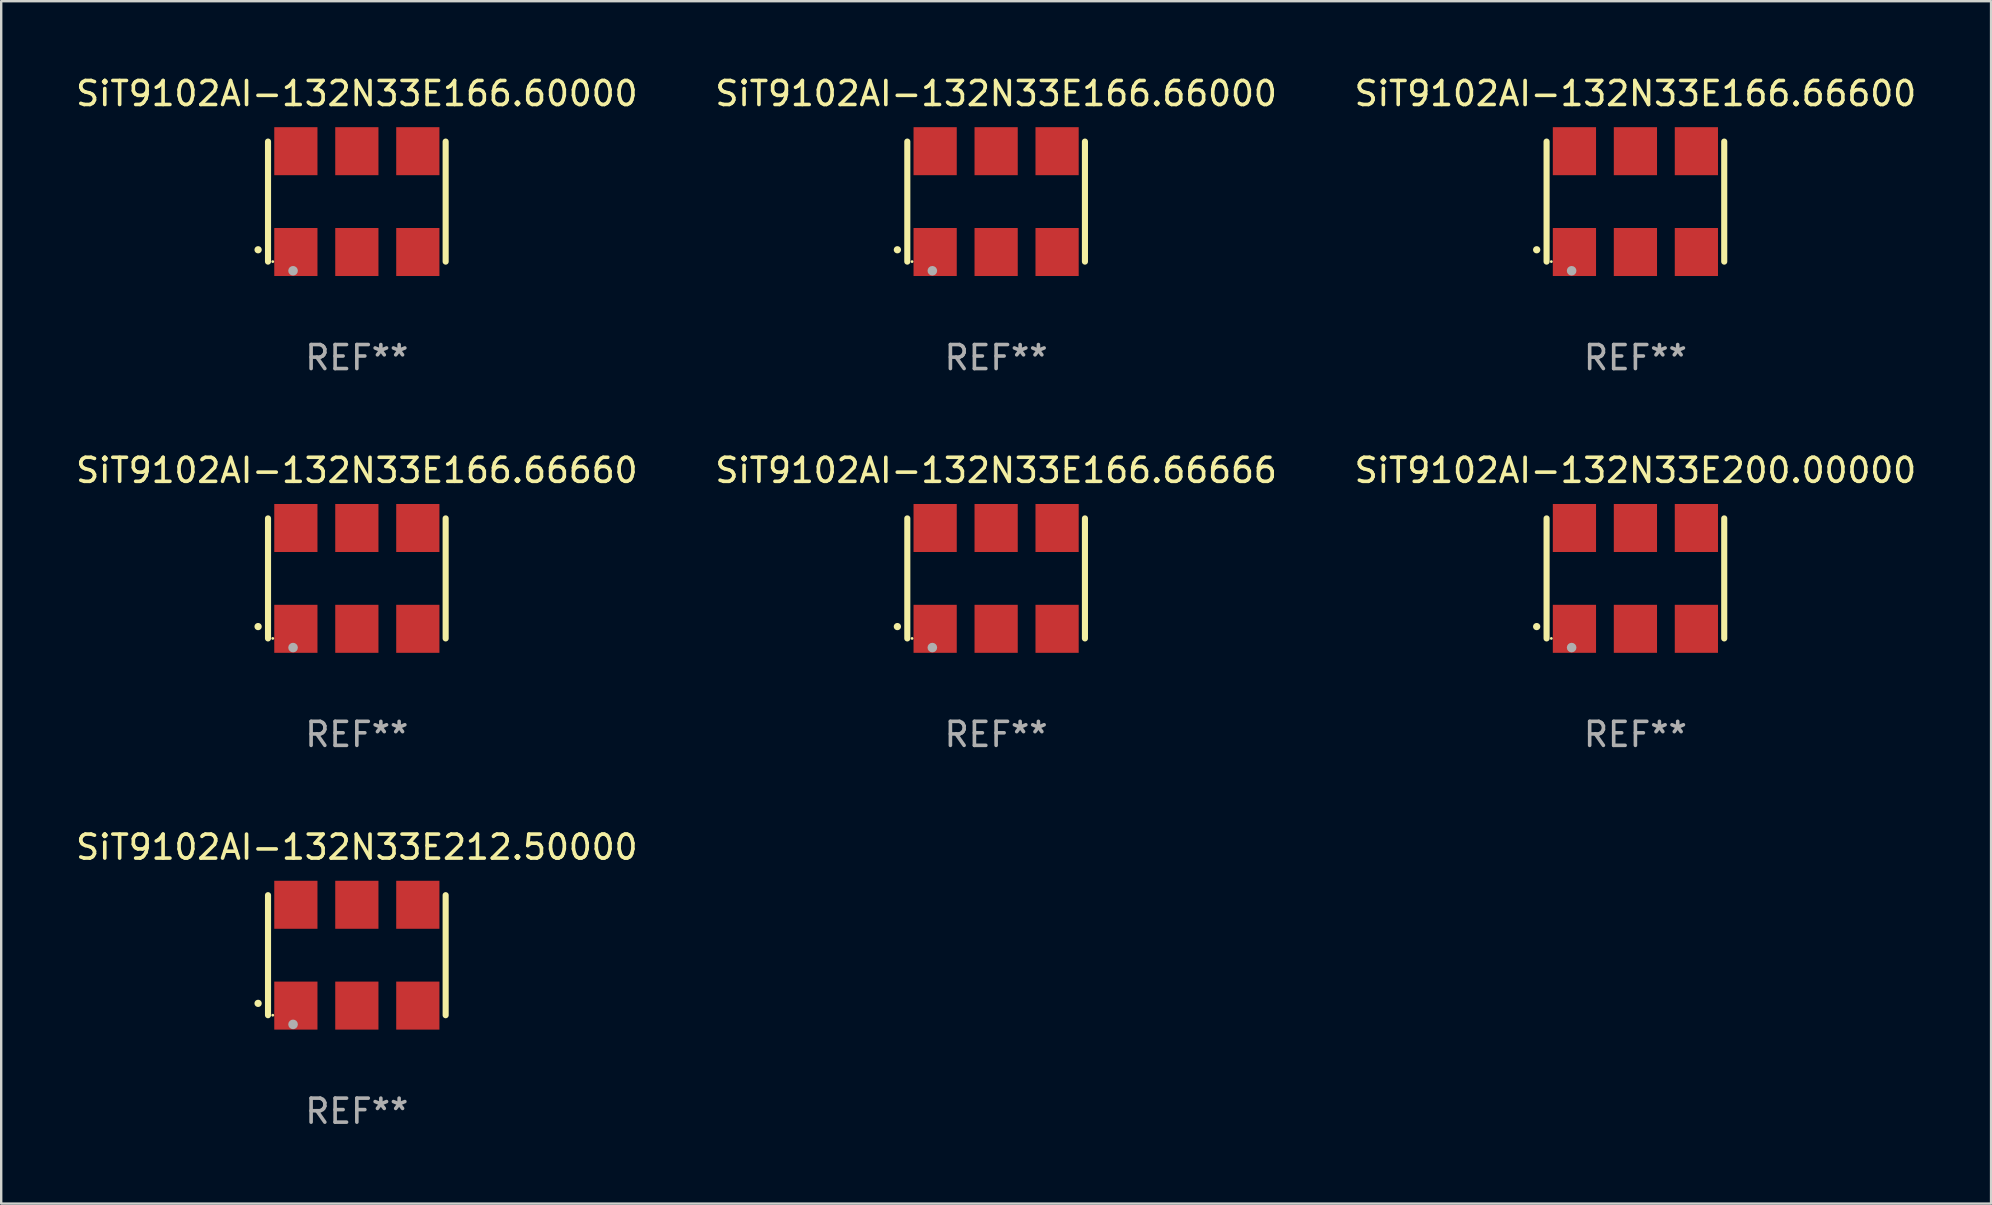
<source format=kicad_pcb>
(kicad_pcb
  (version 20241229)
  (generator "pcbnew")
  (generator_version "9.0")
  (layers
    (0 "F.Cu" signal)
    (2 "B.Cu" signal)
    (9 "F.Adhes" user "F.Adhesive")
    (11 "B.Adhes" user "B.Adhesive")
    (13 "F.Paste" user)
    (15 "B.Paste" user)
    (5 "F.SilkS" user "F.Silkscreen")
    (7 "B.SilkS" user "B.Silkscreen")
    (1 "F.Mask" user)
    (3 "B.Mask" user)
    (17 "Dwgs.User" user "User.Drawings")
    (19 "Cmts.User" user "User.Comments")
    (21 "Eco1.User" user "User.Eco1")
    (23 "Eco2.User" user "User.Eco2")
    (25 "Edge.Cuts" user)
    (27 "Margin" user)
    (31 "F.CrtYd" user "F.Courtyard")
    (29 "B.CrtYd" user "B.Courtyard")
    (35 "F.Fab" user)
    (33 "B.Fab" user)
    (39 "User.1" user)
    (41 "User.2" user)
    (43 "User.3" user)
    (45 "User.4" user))
  (footprint "SiT9102AI-132N33E200.00000"
    (layer "F.Cu")
    (at 65.077 21.045)
    (property "Reference" "SiT9102AI-132N33E200.00000" (at 0 -4.5 0) (layer "F.SilkS") (effects (font (size 1 1) (thickness 0.15))))
    (attr through_hole)
    (fp_line (start -3.7 -2.5) (end -3.7 2.5) (stroke (width 0.254) (type solid)) (layer "F.SilkS"))
    (fp_line (start 3.7 -2.5) (end 3.7 2.5) (stroke (width 0.254) (type solid)) (layer "F.SilkS"))
    (fp_arc (start -4.114415 2.006604) (mid -4.113145 2.006599) (end -4.111875 2.006604) (stroke (width 0.3) (type solid)) (layer "F.SilkS"))
    (fp_circle (center -3.502 2.5) (end -3.472 2.5) (stroke (width 0.06) (type solid)) (fill no) (layer "F.SilkS"))
    (fp_circle (center -2.657 2.882) (end -2.557 2.882) (stroke (width 0.2) (type solid)) (fill no) (layer "F.Fab"))
    (fp_text user "REF**" (at 0 6.5 0) (layer "F.Fab") (effects (font (size 1 1) (thickness 0.15))))
    (pad "1" smd rect (at -2.54 2.1) (size 1.8 2) (layers "F.Cu" "F.Mask" "F.Paste"))
    (pad "2" smd rect (at 0.000394 2.1) (size 1.8 2) (layers "F.Cu" "F.Mask" "F.Paste"))
    (pad "3" smd rect (at 2.54 2.1) (size 1.8 2) (layers "F.Cu" "F.Mask" "F.Paste"))
    (pad "4" smd rect (at 2.54 -2.1) (size 1.8 2) (layers "F.Cu" "F.Mask" "F.Paste"))
    (pad "5" smd rect (at 0.000394 -2.1) (size 1.8 2) (layers "F.Cu" "F.Mask" "F.Paste"))
    (pad "6" smd rect (at -2.54 -2.1) (size 1.8 2) (layers "F.Cu" "F.Mask" "F.Paste")))
  (footprint "SiT9102AI-132N33E166.66600"
    (layer "F.Cu")
    (at 65.077 5.348)
    (property "Reference" "SiT9102AI-132N33E166.66600" (at 0 -4.5 0) (layer "F.SilkS") (effects (font (size 1 1) (thickness 0.15))))
    (attr through_hole)
    (fp_line (start -3.7 -2.5) (end -3.7 2.5) (stroke (width 0.254) (type solid)) (layer "F.SilkS"))
    (fp_line (start 3.7 -2.5) (end 3.7 2.5) (stroke (width 0.254) (type solid)) (layer "F.SilkS"))
    (fp_arc (start -4.114415 2.006604) (mid -4.113145 2.006599) (end -4.111875 2.006604) (stroke (width 0.3) (type solid)) (layer "F.SilkS"))
    (fp_circle (center -3.502 2.5) (end -3.472 2.5) (stroke (width 0.06) (type solid)) (fill no) (layer "F.SilkS"))
    (fp_circle (center -2.657 2.882) (end -2.557 2.882) (stroke (width 0.2) (type solid)) (fill no) (layer "F.Fab"))
    (fp_text user "REF**" (at 0 6.5 0) (layer "F.Fab") (effects (font (size 1 1) (thickness 0.15))))
    (pad "1" smd rect (at -2.54 2.1) (size 1.8 2) (layers "F.Cu" "F.Mask" "F.Paste"))
    (pad "2" smd rect (at 0.000394 2.1) (size 1.8 2) (layers "F.Cu" "F.Mask" "F.Paste"))
    (pad "3" smd rect (at 2.54 2.1) (size 1.8 2) (layers "F.Cu" "F.Mask" "F.Paste"))
    (pad "4" smd rect (at 2.54 -2.1) (size 1.8 2) (layers "F.Cu" "F.Mask" "F.Paste"))
    (pad "5" smd rect (at 0.000394 -2.1) (size 1.8 2) (layers "F.Cu" "F.Mask" "F.Paste"))
    (pad "6" smd rect (at -2.54 -2.1) (size 1.8 2) (layers "F.Cu" "F.Mask" "F.Paste")))
  (footprint "SiT9102AI-132N33E166.66000"
    (layer "F.Cu")
    (at 38.446 5.348)
    (property "Reference" "SiT9102AI-132N33E166.66000" (at 0 -4.5 0) (layer "F.SilkS") (effects (font (size 1 1) (thickness 0.15))))
    (attr through_hole)
    (fp_line (start -3.7 -2.5) (end -3.7 2.5) (stroke (width 0.254) (type solid)) (layer "F.SilkS"))
    (fp_line (start 3.7 -2.5) (end 3.7 2.5) (stroke (width 0.254) (type solid)) (layer "F.SilkS"))
    (fp_arc (start -4.114415 2.006604) (mid -4.113145 2.006599) (end -4.111875 2.006604) (stroke (width 0.3) (type solid)) (layer "F.SilkS"))
    (fp_circle (center -3.502 2.5) (end -3.472 2.5) (stroke (width 0.06) (type solid)) (fill no) (layer "F.SilkS"))
    (fp_circle (center -2.657 2.882) (end -2.557 2.882) (stroke (width 0.2) (type solid)) (fill no) (layer "F.Fab"))
    (fp_text user "REF**" (at 0 6.5 0) (layer "F.Fab") (effects (font (size 1 1) (thickness 0.15))))
    (pad "1" smd rect (at -2.54 2.1) (size 1.8 2) (layers "F.Cu" "F.Mask" "F.Paste"))
    (pad "2" smd rect (at 0.000394 2.1) (size 1.8 2) (layers "F.Cu" "F.Mask" "F.Paste"))
    (pad "3" smd rect (at 2.54 2.1) (size 1.8 2) (layers "F.Cu" "F.Mask" "F.Paste"))
    (pad "4" smd rect (at 2.54 -2.1) (size 1.8 2) (layers "F.Cu" "F.Mask" "F.Paste"))
    (pad "5" smd rect (at 0.000394 -2.1) (size 1.8 2) (layers "F.Cu" "F.Mask" "F.Paste"))
    (pad "6" smd rect (at -2.54 -2.1) (size 1.8 2) (layers "F.Cu" "F.Mask" "F.Paste")))
  (footprint "SiT9102AI-132N33E166.66666"
    (layer "F.Cu")
    (at 38.446 21.045)
    (property "Reference" "SiT9102AI-132N33E166.66666" (at 0 -4.5 0) (layer "F.SilkS") (effects (font (size 1 1) (thickness 0.15))))
    (attr through_hole)
    (fp_line (start -3.7 -2.5) (end -3.7 2.5) (stroke (width 0.254) (type solid)) (layer "F.SilkS"))
    (fp_line (start 3.7 -2.5) (end 3.7 2.5) (stroke (width 0.254) (type solid)) (layer "F.SilkS"))
    (fp_arc (start -4.114415 2.006604) (mid -4.113145 2.006599) (end -4.111875 2.006604) (stroke (width 0.3) (type solid)) (layer "F.SilkS"))
    (fp_circle (center -3.502 2.5) (end -3.472 2.5) (stroke (width 0.06) (type solid)) (fill no) (layer "F.SilkS"))
    (fp_circle (center -2.657 2.882) (end -2.557 2.882) (stroke (width 0.2) (type solid)) (fill no) (layer "F.Fab"))
    (fp_text user "REF**" (at 0 6.5 0) (layer "F.Fab") (effects (font (size 1 1) (thickness 0.15))))
    (pad "1" smd rect (at -2.54 2.1) (size 1.8 2) (layers "F.Cu" "F.Mask" "F.Paste"))
    (pad "2" smd rect (at 0.000394 2.1) (size 1.8 2) (layers "F.Cu" "F.Mask" "F.Paste"))
    (pad "3" smd rect (at 2.54 2.1) (size 1.8 2) (layers "F.Cu" "F.Mask" "F.Paste"))
    (pad "4" smd rect (at 2.54 -2.1) (size 1.8 2) (layers "F.Cu" "F.Mask" "F.Paste"))
    (pad "5" smd rect (at 0.000394 -2.1) (size 1.8 2) (layers "F.Cu" "F.Mask" "F.Paste"))
    (pad "6" smd rect (at -2.54 -2.1) (size 1.8 2) (layers "F.Cu" "F.Mask" "F.Paste")))
  (footprint "SiT9102AI-132N33E166.60000"
    (layer "F.Cu")
    (at 11.815 5.348)
    (property "Reference" "SiT9102AI-132N33E166.60000" (at 0 -4.5 0) (layer "F.SilkS") (effects (font (size 1 1) (thickness 0.15))))
    (attr through_hole)
    (fp_line (start -3.7 -2.5) (end -3.7 2.5) (stroke (width 0.254) (type solid)) (layer "F.SilkS"))
    (fp_line (start 3.7 -2.5) (end 3.7 2.5) (stroke (width 0.254) (type solid)) (layer "F.SilkS"))
    (fp_arc (start -4.114415 2.006604) (mid -4.113145 2.006599) (end -4.111875 2.006604) (stroke (width 0.3) (type solid)) (layer "F.SilkS"))
    (fp_circle (center -3.502 2.5) (end -3.472 2.5) (stroke (width 0.06) (type solid)) (fill no) (layer "F.SilkS"))
    (fp_circle (center -2.657 2.882) (end -2.557 2.882) (stroke (width 0.2) (type solid)) (fill no) (layer "F.Fab"))
    (fp_text user "REF**" (at 0 6.5 0) (layer "F.Fab") (effects (font (size 1 1) (thickness 0.15))))
    (pad "1" smd rect (at -2.54 2.1) (size 1.8 2) (layers "F.Cu" "F.Mask" "F.Paste"))
    (pad "2" smd rect (at 0.000394 2.1) (size 1.8 2) (layers "F.Cu" "F.Mask" "F.Paste"))
    (pad "3" smd rect (at 2.54 2.1) (size 1.8 2) (layers "F.Cu" "F.Mask" "F.Paste"))
    (pad "4" smd rect (at 2.54 -2.1) (size 1.8 2) (layers "F.Cu" "F.Mask" "F.Paste"))
    (pad "5" smd rect (at 0.000394 -2.1) (size 1.8 2) (layers "F.Cu" "F.Mask" "F.Paste"))
    (pad "6" smd rect (at -2.54 -2.1) (size 1.8 2) (layers "F.Cu" "F.Mask" "F.Paste")))
  (footprint "SiT9102AI-132N33E166.66660"
    (layer "F.Cu")
    (at 11.815 21.045)
    (property "Reference" "SiT9102AI-132N33E166.66660" (at 0 -4.5 0) (layer "F.SilkS") (effects (font (size 1 1) (thickness 0.15))))
    (attr through_hole)
    (fp_line (start -3.7 -2.5) (end -3.7 2.5) (stroke (width 0.254) (type solid)) (layer "F.SilkS"))
    (fp_line (start 3.7 -2.5) (end 3.7 2.5) (stroke (width 0.254) (type solid)) (layer "F.SilkS"))
    (fp_arc (start -4.114415 2.006604) (mid -4.113145 2.006599) (end -4.111875 2.006604) (stroke (width 0.3) (type solid)) (layer "F.SilkS"))
    (fp_circle (center -3.502 2.5) (end -3.472 2.5) (stroke (width 0.06) (type solid)) (fill no) (layer "F.SilkS"))
    (fp_circle (center -2.657 2.882) (end -2.557 2.882) (stroke (width 0.2) (type solid)) (fill no) (layer "F.Fab"))
    (fp_text user "REF**" (at 0 6.5 0) (layer "F.Fab") (effects (font (size 1 1) (thickness 0.15))))
    (pad "1" smd rect (at -2.54 2.1) (size 1.8 2) (layers "F.Cu" "F.Mask" "F.Paste"))
    (pad "2" smd rect (at 0.000394 2.1) (size 1.8 2) (layers "F.Cu" "F.Mask" "F.Paste"))
    (pad "3" smd rect (at 2.54 2.1) (size 1.8 2) (layers "F.Cu" "F.Mask" "F.Paste"))
    (pad "4" smd rect (at 2.54 -2.1) (size 1.8 2) (layers "F.Cu" "F.Mask" "F.Paste"))
    (pad "5" smd rect (at 0.000394 -2.1) (size 1.8 2) (layers "F.Cu" "F.Mask" "F.Paste"))
    (pad "6" smd rect (at -2.54 -2.1) (size 1.8 2) (layers "F.Cu" "F.Mask" "F.Paste")))
  (footprint "SiT9102AI-132N33E212.50000"
    (layer "F.Cu")
    (at 11.815 36.741)
    (property "Reference" "SiT9102AI-132N33E212.50000" (at 0 -4.5 0) (layer "F.SilkS") (effects (font (size 1 1) (thickness 0.15))))
    (attr through_hole)
    (fp_line (start -3.7 -2.5) (end -3.7 2.5) (stroke (width 0.254) (type solid)) (layer "F.SilkS"))
    (fp_line (start 3.7 -2.5) (end 3.7 2.5) (stroke (width 0.254) (type solid)) (layer "F.SilkS"))
    (fp_arc (start -4.114415 2.006604) (mid -4.113145 2.006599) (end -4.111875 2.006604) (stroke (width 0.3) (type solid)) (layer "F.SilkS"))
    (fp_circle (center -3.502 2.5) (end -3.472 2.5) (stroke (width 0.06) (type solid)) (fill no) (layer "F.SilkS"))
    (fp_circle (center -2.657 2.882) (end -2.557 2.882) (stroke (width 0.2) (type solid)) (fill no) (layer "F.Fab"))
    (fp_text user "REF**" (at 0 6.5 0) (layer "F.Fab") (effects (font (size 1 1) (thickness 0.15))))
    (pad "1" smd rect (at -2.54 2.1) (size 1.8 2) (layers "F.Cu" "F.Mask" "F.Paste"))
    (pad "2" smd rect (at 0.000394 2.1) (size 1.8 2) (layers "F.Cu" "F.Mask" "F.Paste"))
    (pad "3" smd rect (at 2.54 2.1) (size 1.8 2) (layers "F.Cu" "F.Mask" "F.Paste"))
    (pad "4" smd rect (at 2.54 -2.1) (size 1.8 2) (layers "F.Cu" "F.Mask" "F.Paste"))
    (pad "5" smd rect (at 0.000394 -2.1) (size 1.8 2) (layers "F.Cu" "F.Mask" "F.Paste"))
    (pad "6" smd rect (at -2.54 -2.1) (size 1.8 2) (layers "F.Cu" "F.Mask" "F.Paste")))
  (gr_rect
    (start -3 -3)
    (end 79.893 47.09)
    (stroke (width 0.1) (type default))
    (fill no)
    (layer "Edge.Cuts")))
</source>
